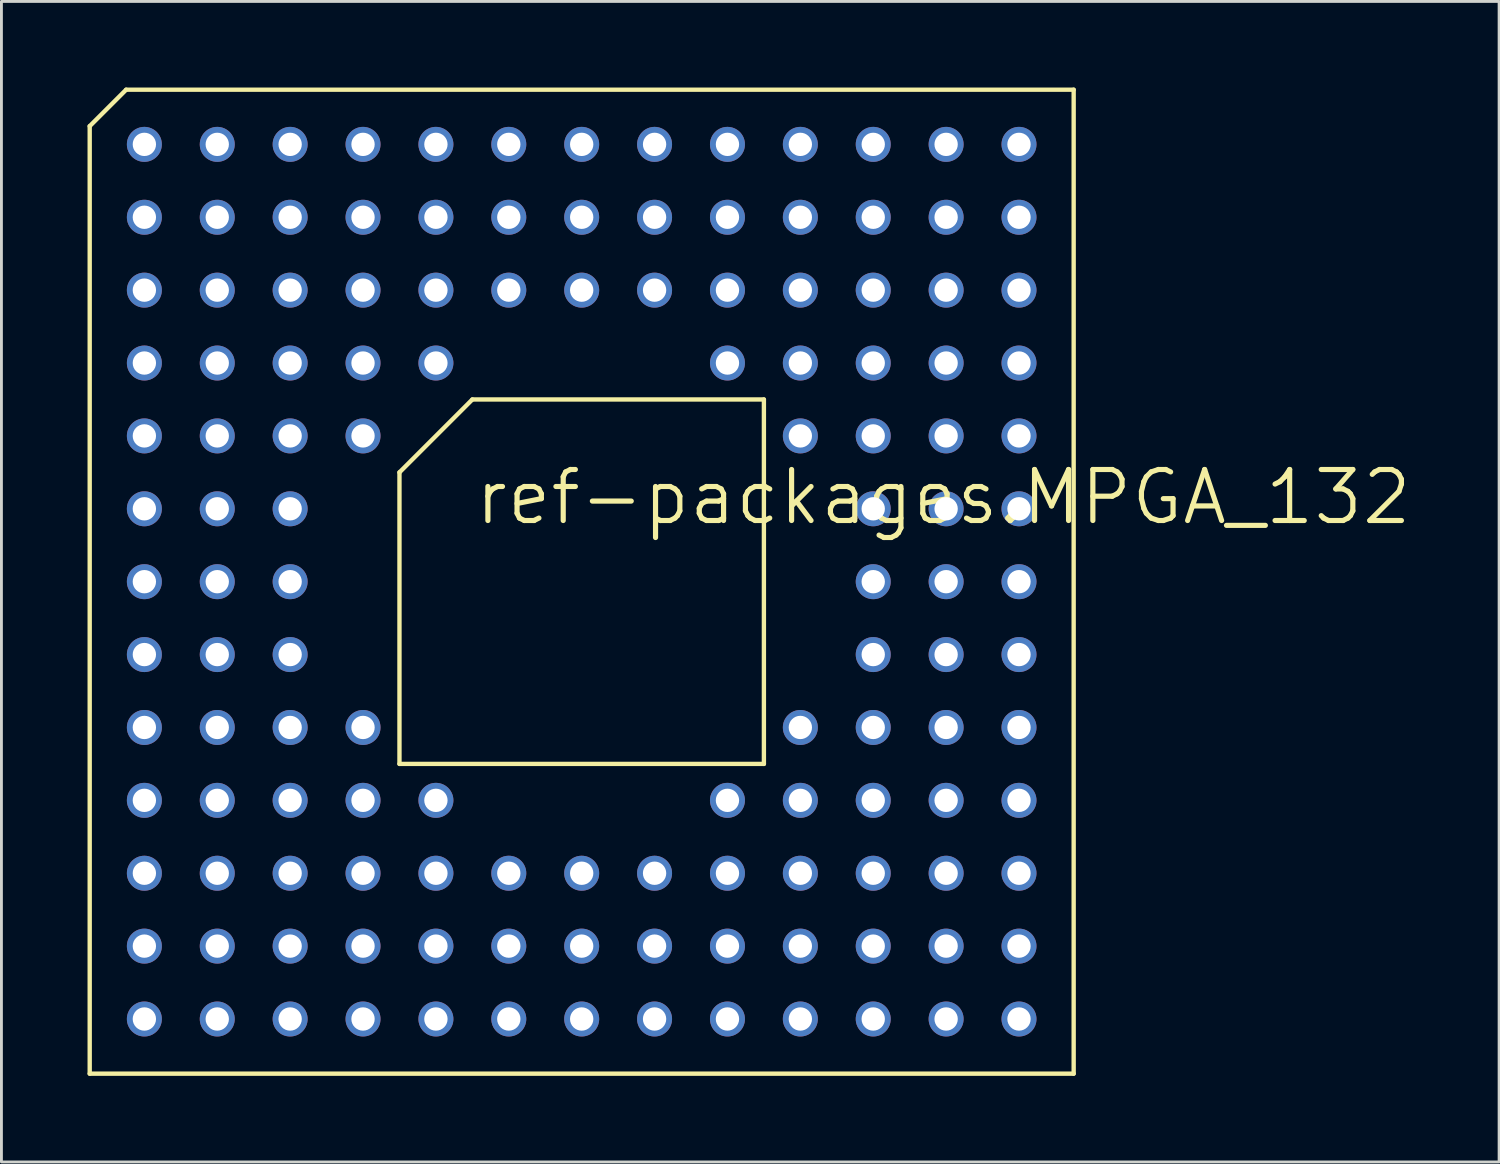
<source format=kicad_pcb>
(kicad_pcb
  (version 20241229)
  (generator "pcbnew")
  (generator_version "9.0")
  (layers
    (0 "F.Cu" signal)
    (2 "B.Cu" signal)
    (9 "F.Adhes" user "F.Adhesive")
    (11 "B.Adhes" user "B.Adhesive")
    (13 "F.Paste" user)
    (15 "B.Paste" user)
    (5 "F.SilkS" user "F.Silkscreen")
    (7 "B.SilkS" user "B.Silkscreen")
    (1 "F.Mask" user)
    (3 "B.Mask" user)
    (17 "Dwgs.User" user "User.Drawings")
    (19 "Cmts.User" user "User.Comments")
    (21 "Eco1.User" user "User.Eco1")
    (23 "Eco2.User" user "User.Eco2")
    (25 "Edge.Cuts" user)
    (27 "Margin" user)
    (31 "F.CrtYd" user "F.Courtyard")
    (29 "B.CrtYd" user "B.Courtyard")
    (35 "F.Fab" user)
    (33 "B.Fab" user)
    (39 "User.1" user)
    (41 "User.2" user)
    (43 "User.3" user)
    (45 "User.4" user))
  (footprint "ref-packages.MPGA_132"
    (layer "F.Cu")
    (at 17.221 17.221)
    (property "Reference" "ref-packages.MPGA_132" (at -3.81 -1.905 0) (layer "F.SilkS") (effects (font (size 1.778 1.778) (thickness 0.18)) (justify left bottom)))
    (attr through_hole)
    (fp_line (start -17.145 -15.875) (end -15.875 -17.145) (stroke (width 0.152) (type default)) (layer "F.SilkS"))
    (fp_line (start -17.145 17.145) (end -17.145 -15.875) (stroke (width 0.152) (type default)) (layer "F.SilkS"))
    (fp_line (start -15.875 -17.145) (end 17.145 -17.145) (stroke (width 0.152) (type default)) (layer "F.SilkS"))
    (fp_line (start -6.35 -3.81) (end -6.35 6.35) (stroke (width 0.152) (type default)) (layer "F.SilkS"))
    (fp_line (start -6.35 6.35) (end 6.35 6.35) (stroke (width 0.152) (type default)) (layer "F.SilkS"))
    (fp_line (start -3.81 -6.35) (end -6.35 -3.81) (stroke (width 0.152) (type default)) (layer "F.SilkS"))
    (fp_line (start 6.35 -6.35) (end -3.81 -6.35) (stroke (width 0.152) (type default)) (layer "F.SilkS"))
    (fp_line (start 6.35 6.35) (end 6.35 -6.35) (stroke (width 0.152) (type default)) (layer "F.SilkS"))
    (fp_line (start 17.145 -17.145) (end 17.145 17.145) (stroke (width 0.152) (type default)) (layer "F.SilkS"))
    (fp_line (start 17.145 17.145) (end -17.145 17.145) (stroke (width 0.152) (type default)) (layer "F.SilkS"))
    (pad "A01" thru_hole circle (at -15.24 -15.24 90) (size 1.219 1.219) (drill 0.813) (layers "*.Cu" "*.Mask"))
    (pad "A02" thru_hole circle (at -12.7 -15.24 90) (size 1.219 1.219) (drill 0.813) (layers "*.Cu" "*.Mask"))
    (pad "A03" thru_hole circle (at -10.16 -15.24 90) (size 1.219 1.219) (drill 0.813) (layers "*.Cu" "*.Mask"))
    (pad "A04" thru_hole circle (at -7.62 -15.24 90) (size 1.219 1.219) (drill 0.813) (layers "*.Cu" "*.Mask"))
    (pad "A05" thru_hole circle (at -5.08 -15.24 90) (size 1.219 1.219) (drill 0.813) (layers "*.Cu" "*.Mask"))
    (pad "A06" thru_hole circle (at -2.54 -15.24 90) (size 1.219 1.219) (drill 0.813) (layers "*.Cu" "*.Mask"))
    (pad "A07" thru_hole circle (at 0 -15.24 90) (size 1.219 1.219) (drill 0.813) (layers "*.Cu" "*.Mask"))
    (pad "A08" thru_hole circle (at 2.54 -15.24 90) (size 1.219 1.219) (drill 0.813) (layers "*.Cu" "*.Mask"))
    (pad "A09" thru_hole circle (at 5.08 -15.24 90) (size 1.219 1.219) (drill 0.813) (layers "*.Cu" "*.Mask"))
    (pad "A10" thru_hole circle (at 7.62 -15.24 90) (size 1.219 1.219) (drill 0.813) (layers "*.Cu" "*.Mask"))
    (pad "A11" thru_hole circle (at 10.16 -15.24 90) (size 1.219 1.219) (drill 0.813) (layers "*.Cu" "*.Mask"))
    (pad "A12" thru_hole circle (at 12.7 -15.24 90) (size 1.219 1.219) (drill 0.813) (layers "*.Cu" "*.Mask"))
    (pad "A13" thru_hole circle (at 15.24 -15.24 90) (size 1.219 1.219) (drill 0.813) (layers "*.Cu" "*.Mask"))
    (pad "B01" thru_hole circle (at -15.24 -12.7 90) (size 1.219 1.219) (drill 0.813) (layers "*.Cu" "*.Mask"))
    (pad "B02" thru_hole circle (at -12.7 -12.7 90) (size 1.219 1.219) (drill 0.813) (layers "*.Cu" "*.Mask"))
    (pad "B03" thru_hole circle (at -10.16 -12.7 90) (size 1.219 1.219) (drill 0.813) (layers "*.Cu" "*.Mask"))
    (pad "B04" thru_hole circle (at -7.62 -12.7 90) (size 1.219 1.219) (drill 0.813) (layers "*.Cu" "*.Mask"))
    (pad "B05" thru_hole circle (at -5.08 -12.7 90) (size 1.219 1.219) (drill 0.813) (layers "*.Cu" "*.Mask"))
    (pad "B06" thru_hole circle (at -2.54 -12.7 90) (size 1.219 1.219) (drill 0.813) (layers "*.Cu" "*.Mask"))
    (pad "B07" thru_hole circle (at 0 -12.7 90) (size 1.219 1.219) (drill 0.813) (layers "*.Cu" "*.Mask"))
    (pad "B08" thru_hole circle (at 2.54 -12.7 90) (size 1.219 1.219) (drill 0.813) (layers "*.Cu" "*.Mask"))
    (pad "B09" thru_hole circle (at 5.08 -12.7 90) (size 1.219 1.219) (drill 0.813) (layers "*.Cu" "*.Mask"))
    (pad "B10" thru_hole circle (at 7.62 -12.7 90) (size 1.219 1.219) (drill 0.813) (layers "*.Cu" "*.Mask"))
    (pad "B11" thru_hole circle (at 10.16 -12.7 90) (size 1.219 1.219) (drill 0.813) (layers "*.Cu" "*.Mask"))
    (pad "B12" thru_hole circle (at 12.7 -12.7 90) (size 1.219 1.219) (drill 0.813) (layers "*.Cu" "*.Mask"))
    (pad "B13" thru_hole circle (at 15.24 -12.7 90) (size 1.219 1.219) (drill 0.813) (layers "*.Cu" "*.Mask"))
    (pad "C01" thru_hole circle (at -15.24 -10.16 90) (size 1.219 1.219) (drill 0.813) (layers "*.Cu" "*.Mask"))
    (pad "C02" thru_hole circle (at -12.7 -10.16 90) (size 1.219 1.219) (drill 0.813) (layers "*.Cu" "*.Mask"))
    (pad "C03" thru_hole circle (at -10.16 -10.16 90) (size 1.219 1.219) (drill 0.813) (layers "*.Cu" "*.Mask"))
    (pad "C04" thru_hole circle (at -7.62 -10.16 90) (size 1.219 1.219) (drill 0.813) (layers "*.Cu" "*.Mask"))
    (pad "C05" thru_hole circle (at -5.08 -10.16 90) (size 1.219 1.219) (drill 0.813) (layers "*.Cu" "*.Mask"))
    (pad "C06" thru_hole circle (at -2.54 -10.16 90) (size 1.219 1.219) (drill 0.813) (layers "*.Cu" "*.Mask"))
    (pad "C07" thru_hole circle (at 0 -10.16 90) (size 1.219 1.219) (drill 0.813) (layers "*.Cu" "*.Mask"))
    (pad "C08" thru_hole circle (at 2.54 -10.16 90) (size 1.219 1.219) (drill 0.813) (layers "*.Cu" "*.Mask"))
    (pad "C09" thru_hole circle (at 5.08 -10.16 90) (size 1.219 1.219) (drill 0.813) (layers "*.Cu" "*.Mask"))
    (pad "C10" thru_hole circle (at 7.62 -10.16 90) (size 1.219 1.219) (drill 0.813) (layers "*.Cu" "*.Mask"))
    (pad "C11" thru_hole circle (at 10.16 -10.16 90) (size 1.219 1.219) (drill 0.813) (layers "*.Cu" "*.Mask"))
    (pad "C12" thru_hole circle (at 12.7 -10.16 90) (size 1.219 1.219) (drill 0.813) (layers "*.Cu" "*.Mask"))
    (pad "C13" thru_hole circle (at 15.24 -10.16 90) (size 1.219 1.219) (drill 0.813) (layers "*.Cu" "*.Mask"))
    (pad "D01" thru_hole circle (at -15.24 -7.62 90) (size 1.219 1.219) (drill 0.813) (layers "*.Cu" "*.Mask"))
    (pad "D02" thru_hole circle (at -12.7 -7.62 90) (size 1.219 1.219) (drill 0.813) (layers "*.Cu" "*.Mask"))
    (pad "D03" thru_hole circle (at -10.16 -7.62 90) (size 1.219 1.219) (drill 0.813) (layers "*.Cu" "*.Mask"))
    (pad "D04" thru_hole circle (at -7.62 -7.62 90) (size 1.219 1.219) (drill 0.813) (layers "*.Cu" "*.Mask"))
    (pad "D05" thru_hole circle (at -5.08 -7.62 90) (size 1.219 1.219) (drill 0.813) (layers "*.Cu" "*.Mask"))
    (pad "D09" thru_hole circle (at 5.08 -7.62 90) (size 1.219 1.219) (drill 0.813) (layers "*.Cu" "*.Mask"))
    (pad "D10" thru_hole circle (at 7.62 -7.62 90) (size 1.219 1.219) (drill 0.813) (layers "*.Cu" "*.Mask"))
    (pad "D11" thru_hole circle (at 10.16 -7.62 90) (size 1.219 1.219) (drill 0.813) (layers "*.Cu" "*.Mask"))
    (pad "D12" thru_hole circle (at 12.7 -7.62 90) (size 1.219 1.219) (drill 0.813) (layers "*.Cu" "*.Mask"))
    (pad "D13" thru_hole circle (at 15.24 -7.62 90) (size 1.219 1.219) (drill 0.813) (layers "*.Cu" "*.Mask"))
    (pad "E01" thru_hole circle (at -15.24 -5.08 90) (size 1.219 1.219) (drill 0.813) (layers "*.Cu" "*.Mask"))
    (pad "E02" thru_hole circle (at -12.7 -5.08 90) (size 1.219 1.219) (drill 0.813) (layers "*.Cu" "*.Mask"))
    (pad "E03" thru_hole circle (at -10.16 -5.08 90) (size 1.219 1.219) (drill 0.813) (layers "*.Cu" "*.Mask"))
    (pad "E04" thru_hole circle (at -7.62 -5.08 90) (size 1.219 1.219) (drill 0.813) (layers "*.Cu" "*.Mask"))
    (pad "E10" thru_hole circle (at 7.62 -5.08 90) (size 1.219 1.219) (drill 0.813) (layers "*.Cu" "*.Mask"))
    (pad "E11" thru_hole circle (at 10.16 -5.08 90) (size 1.219 1.219) (drill 0.813) (layers "*.Cu" "*.Mask"))
    (pad "E12" thru_hole circle (at 12.7 -5.08 90) (size 1.219 1.219) (drill 0.813) (layers "*.Cu" "*.Mask"))
    (pad "E13" thru_hole circle (at 15.24 -5.08 90) (size 1.219 1.219) (drill 0.813) (layers "*.Cu" "*.Mask"))
    (pad "F01" thru_hole circle (at -15.24 -2.54 90) (size 1.219 1.219) (drill 0.813) (layers "*.Cu" "*.Mask"))
    (pad "F02" thru_hole circle (at -12.7 -2.54 90) (size 1.219 1.219) (drill 0.813) (layers "*.Cu" "*.Mask"))
    (pad "F03" thru_hole circle (at -10.16 -2.54 90) (size 1.219 1.219) (drill 0.813) (layers "*.Cu" "*.Mask"))
    (pad "F11" thru_hole circle (at 10.16 -2.54 90) (size 1.219 1.219) (drill 0.813) (layers "*.Cu" "*.Mask"))
    (pad "F12" thru_hole circle (at 12.7 -2.54 90) (size 1.219 1.219) (drill 0.813) (layers "*.Cu" "*.Mask"))
    (pad "F13" thru_hole circle (at 15.24 -2.54 90) (size 1.219 1.219) (drill 0.813) (layers "*.Cu" "*.Mask"))
    (pad "G01" thru_hole circle (at -15.24 0 90) (size 1.219 1.219) (drill 0.813) (layers "*.Cu" "*.Mask"))
    (pad "G02" thru_hole circle (at -12.7 0 90) (size 1.219 1.219) (drill 0.813) (layers "*.Cu" "*.Mask"))
    (pad "G03" thru_hole circle (at -10.16 0 90) (size 1.219 1.219) (drill 0.813) (layers "*.Cu" "*.Mask"))
    (pad "G11" thru_hole circle (at 10.16 0 90) (size 1.219 1.219) (drill 0.813) (layers "*.Cu" "*.Mask"))
    (pad "G12" thru_hole circle (at 12.7 0 90) (size 1.219 1.219) (drill 0.813) (layers "*.Cu" "*.Mask"))
    (pad "G13" thru_hole circle (at 15.24 0 90) (size 1.219 1.219) (drill 0.813) (layers "*.Cu" "*.Mask"))
    (pad "H01" thru_hole circle (at -15.24 2.54 90) (size 1.219 1.219) (drill 0.813) (layers "*.Cu" "*.Mask"))
    (pad "H02" thru_hole circle (at -12.7 2.54 90) (size 1.219 1.219) (drill 0.813) (layers "*.Cu" "*.Mask"))
    (pad "H03" thru_hole circle (at -10.16 2.54 90) (size 1.219 1.219) (drill 0.813) (layers "*.Cu" "*.Mask"))
    (pad "H11" thru_hole circle (at 10.16 2.54 90) (size 1.219 1.219) (drill 0.813) (layers "*.Cu" "*.Mask"))
    (pad "H12" thru_hole circle (at 12.7 2.54 90) (size 1.219 1.219) (drill 0.813) (layers "*.Cu" "*.Mask"))
    (pad "H13" thru_hole circle (at 15.24 2.54 90) (size 1.219 1.219) (drill 0.813) (layers "*.Cu" "*.Mask"))
    (pad "J01" thru_hole circle (at -15.24 5.08 90) (size 1.219 1.219) (drill 0.813) (layers "*.Cu" "*.Mask"))
    (pad "J02" thru_hole circle (at -12.7 5.08 90) (size 1.219 1.219) (drill 0.813) (layers "*.Cu" "*.Mask"))
    (pad "J03" thru_hole circle (at -10.16 5.08 90) (size 1.219 1.219) (drill 0.813) (layers "*.Cu" "*.Mask"))
    (pad "J04" thru_hole circle (at -7.62 5.08 90) (size 1.219 1.219) (drill 0.813) (layers "*.Cu" "*.Mask"))
    (pad "J10" thru_hole circle (at 7.62 5.08 90) (size 1.219 1.219) (drill 0.813) (layers "*.Cu" "*.Mask"))
    (pad "J11" thru_hole circle (at 10.16 5.08 90) (size 1.219 1.219) (drill 0.813) (layers "*.Cu" "*.Mask"))
    (pad "J12" thru_hole circle (at 12.7 5.08 90) (size 1.219 1.219) (drill 0.813) (layers "*.Cu" "*.Mask"))
    (pad "J13" thru_hole circle (at 15.24 5.08 90) (size 1.219 1.219) (drill 0.813) (layers "*.Cu" "*.Mask"))
    (pad "K01" thru_hole circle (at -15.24 7.62 90) (size 1.219 1.219) (drill 0.813) (layers "*.Cu" "*.Mask"))
    (pad "K02" thru_hole circle (at -12.7 7.62 90) (size 1.219 1.219) (drill 0.813) (layers "*.Cu" "*.Mask"))
    (pad "K03" thru_hole circle (at -10.16 7.62 90) (size 1.219 1.219) (drill 0.813) (layers "*.Cu" "*.Mask"))
    (pad "K04" thru_hole circle (at -7.62 7.62 90) (size 1.219 1.219) (drill 0.813) (layers "*.Cu" "*.Mask"))
    (pad "K05" thru_hole circle (at -5.08 7.62 90) (size 1.219 1.219) (drill 0.813) (layers "*.Cu" "*.Mask"))
    (pad "K09" thru_hole circle (at 5.08 7.62 90) (size 1.219 1.219) (drill 0.813) (layers "*.Cu" "*.Mask"))
    (pad "K10" thru_hole circle (at 7.62 7.62 90) (size 1.219 1.219) (drill 0.813) (layers "*.Cu" "*.Mask"))
    (pad "K11" thru_hole circle (at 10.16 7.62 90) (size 1.219 1.219) (drill 0.813) (layers "*.Cu" "*.Mask"))
    (pad "K12" thru_hole circle (at 12.7 7.62 90) (size 1.219 1.219) (drill 0.813) (layers "*.Cu" "*.Mask"))
    (pad "K13" thru_hole circle (at 15.24 7.62 90) (size 1.219 1.219) (drill 0.813) (layers "*.Cu" "*.Mask"))
    (pad "L01" thru_hole circle (at -15.24 10.16 90) (size 1.219 1.219) (drill 0.813) (layers "*.Cu" "*.Mask"))
    (pad "L02" thru_hole circle (at -12.7 10.16 90) (size 1.219 1.219) (drill 0.813) (layers "*.Cu" "*.Mask"))
    (pad "L03" thru_hole circle (at -10.16 10.16 90) (size 1.219 1.219) (drill 0.813) (layers "*.Cu" "*.Mask"))
    (pad "L04" thru_hole circle (at -7.62 10.16 90) (size 1.219 1.219) (drill 0.813) (layers "*.Cu" "*.Mask"))
    (pad "L05" thru_hole circle (at -5.08 10.16 90) (size 1.219 1.219) (drill 0.813) (layers "*.Cu" "*.Mask"))
    (pad "L06" thru_hole circle (at -2.54 10.16 90) (size 1.219 1.219) (drill 0.813) (layers "*.Cu" "*.Mask"))
    (pad "L07" thru_hole circle (at 0 10.16 90) (size 1.219 1.219) (drill 0.813) (layers "*.Cu" "*.Mask"))
    (pad "L08" thru_hole circle (at 2.54 10.16 90) (size 1.219 1.219) (drill 0.813) (layers "*.Cu" "*.Mask"))
    (pad "L09" thru_hole circle (at 5.08 10.16 90) (size 1.219 1.219) (drill 0.813) (layers "*.Cu" "*.Mask"))
    (pad "L10" thru_hole circle (at 7.62 10.16 90) (size 1.219 1.219) (drill 0.813) (layers "*.Cu" "*.Mask"))
    (pad "L11" thru_hole circle (at 10.16 10.16 90) (size 1.219 1.219) (drill 0.813) (layers "*.Cu" "*.Mask"))
    (pad "L12" thru_hole circle (at 12.7 10.16 90) (size 1.219 1.219) (drill 0.813) (layers "*.Cu" "*.Mask"))
    (pad "L13" thru_hole circle (at 15.24 10.16 90) (size 1.219 1.219) (drill 0.813) (layers "*.Cu" "*.Mask"))
    (pad "M01" thru_hole circle (at -15.24 12.7 90) (size 1.219 1.219) (drill 0.813) (layers "*.Cu" "*.Mask"))
    (pad "M02" thru_hole circle (at -12.7 12.7 90) (size 1.219 1.219) (drill 0.813) (layers "*.Cu" "*.Mask"))
    (pad "M03" thru_hole circle (at -10.16 12.7 90) (size 1.219 1.219) (drill 0.813) (layers "*.Cu" "*.Mask"))
    (pad "M04" thru_hole circle (at -7.62 12.7 90) (size 1.219 1.219) (drill 0.813) (layers "*.Cu" "*.Mask"))
    (pad "M05" thru_hole circle (at -5.08 12.7 90) (size 1.219 1.219) (drill 0.813) (layers "*.Cu" "*.Mask"))
    (pad "M06" thru_hole circle (at -2.54 12.7 90) (size 1.219 1.219) (drill 0.813) (layers "*.Cu" "*.Mask"))
    (pad "M07" thru_hole circle (at 0 12.7 90) (size 1.219 1.219) (drill 0.813) (layers "*.Cu" "*.Mask"))
    (pad "M08" thru_hole circle (at 2.54 12.7 90) (size 1.219 1.219) (drill 0.813) (layers "*.Cu" "*.Mask"))
    (pad "M09" thru_hole circle (at 5.08 12.7 90) (size 1.219 1.219) (drill 0.813) (layers "*.Cu" "*.Mask"))
    (pad "M10" thru_hole circle (at 7.62 12.7 90) (size 1.219 1.219) (drill 0.813) (layers "*.Cu" "*.Mask"))
    (pad "M11" thru_hole circle (at 10.16 12.7 90) (size 1.219 1.219) (drill 0.813) (layers "*.Cu" "*.Mask"))
    (pad "M12" thru_hole circle (at 12.7 12.7 90) (size 1.219 1.219) (drill 0.813) (layers "*.Cu" "*.Mask"))
    (pad "M13" thru_hole circle (at 15.24 12.7 90) (size 1.219 1.219) (drill 0.813) (layers "*.Cu" "*.Mask"))
    (pad "N01" thru_hole circle (at -15.24 15.24 90) (size 1.219 1.219) (drill 0.813) (layers "*.Cu" "*.Mask"))
    (pad "N02" thru_hole circle (at -12.7 15.24 90) (size 1.219 1.219) (drill 0.813) (layers "*.Cu" "*.Mask"))
    (pad "N03" thru_hole circle (at -10.16 15.24 90) (size 1.219 1.219) (drill 0.813) (layers "*.Cu" "*.Mask"))
    (pad "N04" thru_hole circle (at -7.62 15.24 90) (size 1.219 1.219) (drill 0.813) (layers "*.Cu" "*.Mask"))
    (pad "N05" thru_hole circle (at -5.08 15.24 90) (size 1.219 1.219) (drill 0.813) (layers "*.Cu" "*.Mask"))
    (pad "N06" thru_hole circle (at -2.54 15.24 90) (size 1.219 1.219) (drill 0.813) (layers "*.Cu" "*.Mask"))
    (pad "N07" thru_hole circle (at 0 15.24 90) (size 1.219 1.219) (drill 0.813) (layers "*.Cu" "*.Mask"))
    (pad "N08" thru_hole circle (at 2.54 15.24 90) (size 1.219 1.219) (drill 0.813) (layers "*.Cu" "*.Mask"))
    (pad "N09" thru_hole circle (at 5.08 15.24 90) (size 1.219 1.219) (drill 0.813) (layers "*.Cu" "*.Mask"))
    (pad "N10" thru_hole circle (at 7.62 15.24 90) (size 1.219 1.219) (drill 0.813) (layers "*.Cu" "*.Mask"))
    (pad "N11" thru_hole circle (at 10.16 15.24 90) (size 1.219 1.219) (drill 0.813) (layers "*.Cu" "*.Mask"))
    (pad "N12" thru_hole circle (at 12.7 15.24 90) (size 1.219 1.219) (drill 0.813) (layers "*.Cu" "*.Mask"))
    (pad "N13" thru_hole circle (at 15.24 15.24 90) (size 1.219 1.219) (drill 0.813) (layers "*.Cu" "*.Mask")))
  (gr_rect
    (start -3 -3)
    (end 49.192 37.442)
    (stroke (width 0.1) (type default))
    (fill no)
    (layer "Edge.Cuts")))
</source>
